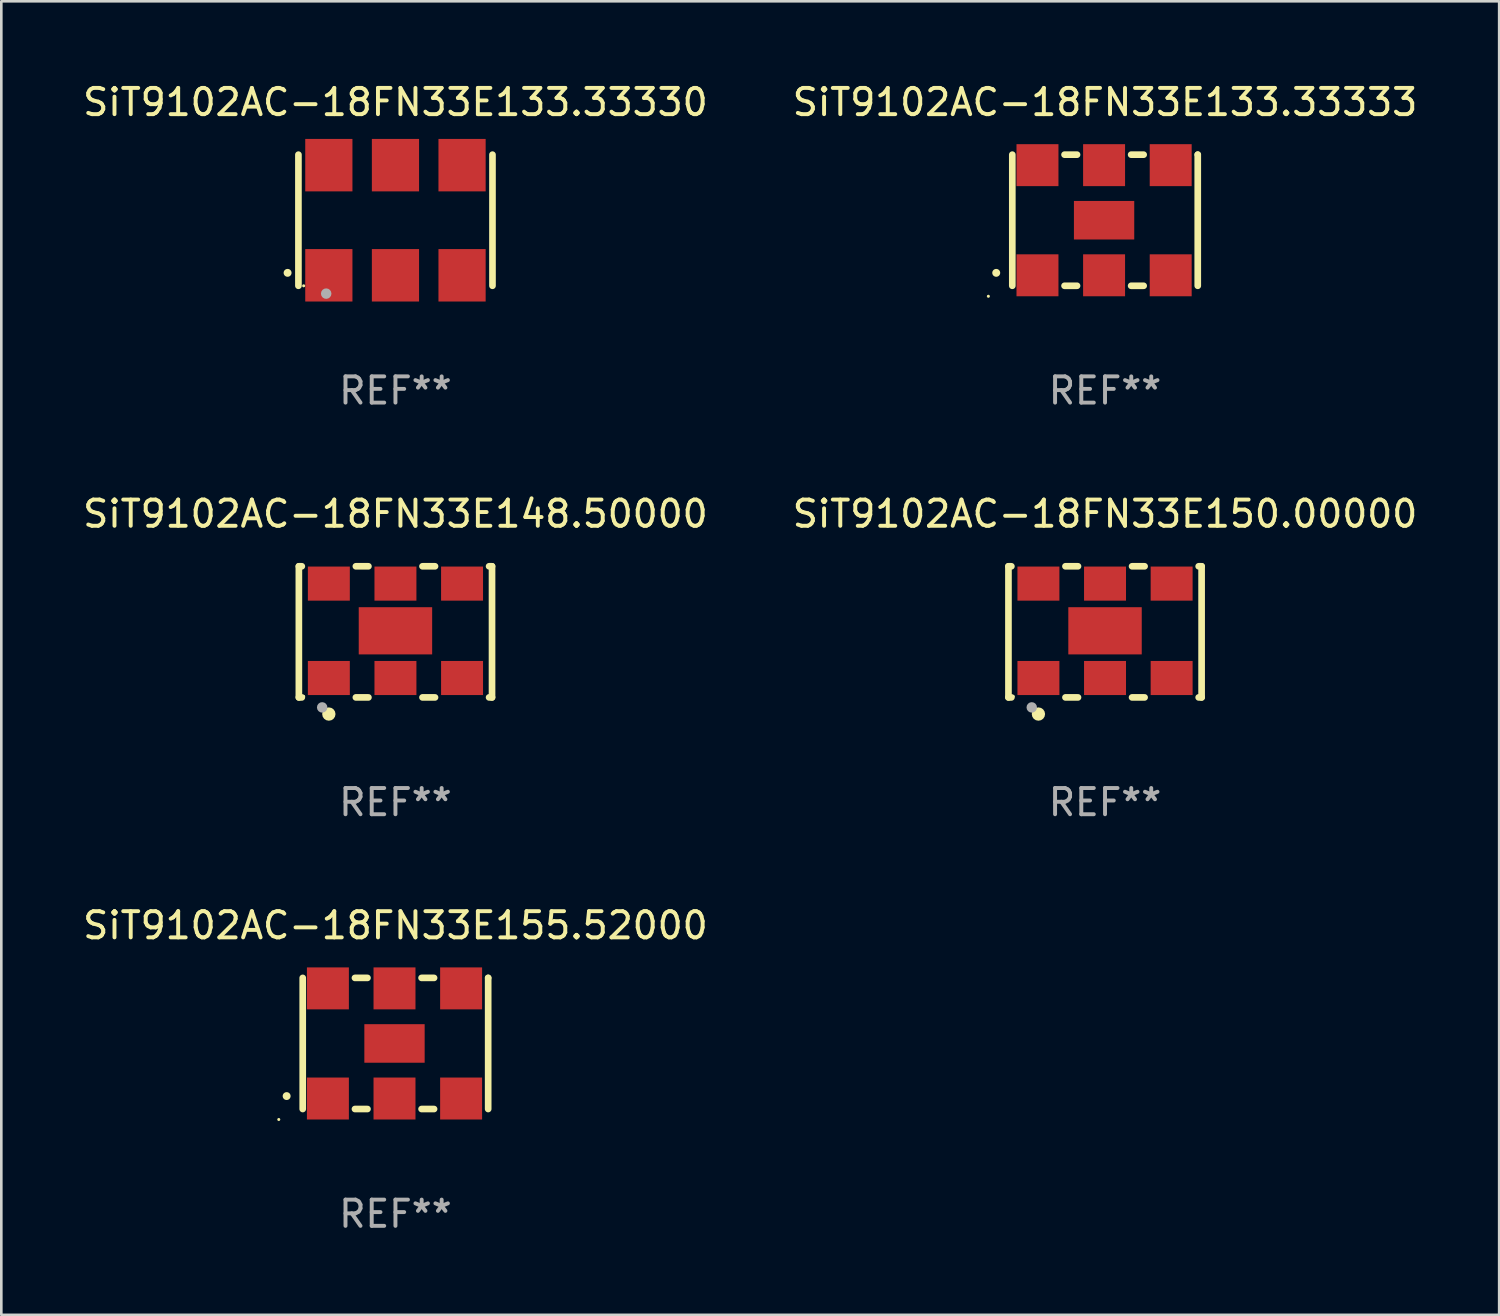
<source format=kicad_pcb>
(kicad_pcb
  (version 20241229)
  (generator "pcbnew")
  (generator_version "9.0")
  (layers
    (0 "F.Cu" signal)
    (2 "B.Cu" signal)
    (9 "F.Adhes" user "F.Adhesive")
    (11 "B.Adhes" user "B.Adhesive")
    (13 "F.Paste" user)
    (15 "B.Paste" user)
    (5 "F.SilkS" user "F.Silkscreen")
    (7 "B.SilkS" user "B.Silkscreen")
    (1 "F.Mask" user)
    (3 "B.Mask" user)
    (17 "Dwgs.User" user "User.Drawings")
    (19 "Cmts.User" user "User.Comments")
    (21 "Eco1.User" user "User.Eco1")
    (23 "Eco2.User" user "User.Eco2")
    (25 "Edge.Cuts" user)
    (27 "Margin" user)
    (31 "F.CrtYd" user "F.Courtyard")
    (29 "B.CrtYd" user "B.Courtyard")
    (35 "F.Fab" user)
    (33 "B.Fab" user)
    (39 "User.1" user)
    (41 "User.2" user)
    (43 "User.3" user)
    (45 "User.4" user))
  (footprint "SiT9102AC-18FN33E148.50000"
    (layer "F.Cu")
    (at 12.03 21.045)
    (property "Reference" "SiT9102AC-18FN33E148.50000" (at 0 -4.5 0) (layer "F.SilkS") (effects (font (size 1 1) (thickness 0.15))))
    (attr through_hole)
    (fp_line (start -3.683 -2.5) (end -3.571 -2.5) (stroke (width 0.254) (type solid)) (layer "F.SilkS"))
    (fp_line (start -3.683 2.5) (end -3.683 -2.5) (stroke (width 0.254) (type solid)) (layer "F.SilkS"))
    (fp_line (start -3.683 2.5) (end -3.571 2.5) (stroke (width 0.254) (type solid)) (layer "F.SilkS"))
    (fp_line (start -1.509 -2.5) (end -1.031 -2.5) (stroke (width 0.254) (type solid)) (layer "F.SilkS"))
    (fp_line (start -1.509 2.5) (end -1.031 2.5) (stroke (width 0.254) (type solid)) (layer "F.SilkS"))
    (fp_line (start 1.031 -2.5) (end 1.509 -2.5) (stroke (width 0.254) (type solid)) (layer "F.SilkS"))
    (fp_line (start 1.031 2.5) (end 1.509 2.5) (stroke (width 0.254) (type solid)) (layer "F.SilkS"))
    (fp_line (start 3.571 -2.5) (end 3.683 -2.5) (stroke (width 0.254) (type solid)) (layer "F.SilkS"))
    (fp_line (start 3.571 2.5) (end 3.683 2.5) (stroke (width 0.254) (type solid)) (layer "F.SilkS"))
    (fp_line (start 3.683 2.5) (end 3.683 -2.5) (stroke (width 0.254) (type solid)) (layer "F.SilkS"))
    (fp_circle (center -3.5 2.46) (end -3.47 2.46) (stroke (width 0.06) (type solid)) (fill no) (layer "F.SilkS"))
    (fp_circle (center -2.54 3.135) (end -2.413 3.135) (stroke (width 0.254) (type solid)) (fill no) (layer "F.SilkS"))
    (fp_circle (center -2.794 2.881) (end -2.694 2.881) (stroke (width 0.2) (type solid)) (fill no) (layer "F.Fab"))
    (fp_text user "REF**" (at 0 6.5 0) (layer "F.Fab") (effects (font (size 1 1) (thickness 0.15))))
    (pad "1" smd rect (at -2.54 1.76) (size 1.6 1.3) (layers "F.Cu" "F.Mask" "F.Paste"))
    (pad "2" smd rect (at 0 1.76) (size 1.6 1.3) (layers "F.Cu" "F.Mask" "F.Paste"))
    (pad "3" smd rect (at 2.54 1.76) (size 1.6 1.3) (layers "F.Cu" "F.Mask" "F.Paste"))
    (pad "4" smd rect (at 2.54 -1.84) (size 1.6 1.3) (layers "F.Cu" "F.Mask" "F.Paste"))
    (pad "5" smd rect (at 0 -1.84) (size 1.6 1.3) (layers "F.Cu" "F.Mask" "F.Paste"))
    (pad "6" smd rect (at -2.54 -1.84) (size 1.6 1.3) (layers "F.Cu" "F.Mask" "F.Paste"))
    (pad "7" smd rect (at 0 -0.04) (size 2.8 1.8) (layers "F.Cu" "F.Mask" "F.Paste")))
  (footprint "SiT9102AC-18FN33E133.33333"
    (layer "F.Cu")
    (at 39.089 5.348)
    (property "Reference" "SiT9102AC-18FN33E133.33333" (at 0 -4.5 0) (layer "F.SilkS") (effects (font (size 1 1) (thickness 0.15))))
    (attr through_hole)
    (fp_line (start -3.536 -2.5) (end -3.536 2.5) (stroke (width 0.254) (type solid)) (layer "F.SilkS"))
    (fp_line (start -1.544 2.5) (end -1.067 2.5) (stroke (width 0.254) (type solid)) (layer "F.SilkS"))
    (fp_line (start -1.067 -2.5) (end -1.544 -2.5) (stroke (width 0.254) (type solid)) (layer "F.SilkS"))
    (fp_line (start 0.996 2.5) (end 1.473 2.5) (stroke (width 0.254) (type solid)) (layer "F.SilkS"))
    (fp_line (start 1.473 -2.5) (end 0.996 -2.5) (stroke (width 0.254) (type solid)) (layer "F.SilkS"))
    (fp_line (start 3.536 -2.5) (end 3.536 -2.5) (stroke (width 0.254) (type solid)) (layer "F.SilkS"))
    (fp_line (start 3.536 2.5) (end 3.536 -2.5) (stroke (width 0.254) (type solid)) (layer "F.SilkS"))
    (fp_arc (start -4.150432 2.006604) (mid -4.149162 2.006599) (end -4.147892 2.006604) (stroke (width 0.3) (type solid)) (layer "F.SilkS"))
    (fp_circle (center -4.449 2.9) (end -4.419 2.9) (stroke (width 0.06) (type solid)) (fill no) (layer "F.SilkS"))
    (fp_text user "REF**" (at 0 6.5 0) (layer "F.Fab") (effects (font (size 1 1) (thickness 0.15))))
    (pad "1" smd rect (at -2.576 2.1) (size 1.6 1.6) (layers "F.Cu" "F.Mask" "F.Paste"))
    (pad "2" smd rect (at -0.036 2.1) (size 1.6 1.6) (layers "F.Cu" "F.Mask" "F.Paste"))
    (pad "3" smd rect (at 2.504 2.1) (size 1.6 1.6) (layers "F.Cu" "F.Mask" "F.Paste"))
    (pad "4" smd rect (at 2.504 -2.1) (size 1.6 1.6) (layers "F.Cu" "F.Mask" "F.Paste"))
    (pad "5" smd rect (at -0.036 -2.1) (size 1.6 1.6) (layers "F.Cu" "F.Mask" "F.Paste"))
    (pad "6" smd rect (at -2.576 -2.1) (size 1.6 1.6) (layers "F.Cu" "F.Mask" "F.Paste"))
    (pad "7" smd rect (at -0.036 0) (size 2.3 1.47) (layers "F.Cu" "F.Mask" "F.Paste")))
  (footprint "SiT9102AC-18FN33E150.00000"
    (layer "F.Cu")
    (at 39.089 21.045)
    (property "Reference" "SiT9102AC-18FN33E150.00000" (at 0 -4.5 0) (layer "F.SilkS") (effects (font (size 1 1) (thickness 0.15))))
    (attr through_hole)
    (fp_line (start -3.683 -2.5) (end -3.571 -2.5) (stroke (width 0.254) (type solid)) (layer "F.SilkS"))
    (fp_line (start -3.683 2.5) (end -3.683 -2.5) (stroke (width 0.254) (type solid)) (layer "F.SilkS"))
    (fp_line (start -3.683 2.5) (end -3.571 2.5) (stroke (width 0.254) (type solid)) (layer "F.SilkS"))
    (fp_line (start -1.509 -2.5) (end -1.031 -2.5) (stroke (width 0.254) (type solid)) (layer "F.SilkS"))
    (fp_line (start -1.509 2.5) (end -1.031 2.5) (stroke (width 0.254) (type solid)) (layer "F.SilkS"))
    (fp_line (start 1.031 -2.5) (end 1.509 -2.5) (stroke (width 0.254) (type solid)) (layer "F.SilkS"))
    (fp_line (start 1.031 2.5) (end 1.509 2.5) (stroke (width 0.254) (type solid)) (layer "F.SilkS"))
    (fp_line (start 3.571 -2.5) (end 3.683 -2.5) (stroke (width 0.254) (type solid)) (layer "F.SilkS"))
    (fp_line (start 3.571 2.5) (end 3.683 2.5) (stroke (width 0.254) (type solid)) (layer "F.SilkS"))
    (fp_line (start 3.683 2.5) (end 3.683 -2.5) (stroke (width 0.254) (type solid)) (layer "F.SilkS"))
    (fp_circle (center -3.5 2.46) (end -3.47 2.46) (stroke (width 0.06) (type solid)) (fill no) (layer "F.SilkS"))
    (fp_circle (center -2.54 3.135) (end -2.413 3.135) (stroke (width 0.254) (type solid)) (fill no) (layer "F.SilkS"))
    (fp_circle (center -2.794 2.881) (end -2.694 2.881) (stroke (width 0.2) (type solid)) (fill no) (layer "F.Fab"))
    (fp_text user "REF**" (at 0 6.5 0) (layer "F.Fab") (effects (font (size 1 1) (thickness 0.15))))
    (pad "1" smd rect (at -2.54 1.76) (size 1.6 1.3) (layers "F.Cu" "F.Mask" "F.Paste"))
    (pad "2" smd rect (at 0 1.76) (size 1.6 1.3) (layers "F.Cu" "F.Mask" "F.Paste"))
    (pad "3" smd rect (at 2.54 1.76) (size 1.6 1.3) (layers "F.Cu" "F.Mask" "F.Paste"))
    (pad "4" smd rect (at 2.54 -1.84) (size 1.6 1.3) (layers "F.Cu" "F.Mask" "F.Paste"))
    (pad "5" smd rect (at 0 -1.84) (size 1.6 1.3) (layers "F.Cu" "F.Mask" "F.Paste"))
    (pad "6" smd rect (at -2.54 -1.84) (size 1.6 1.3) (layers "F.Cu" "F.Mask" "F.Paste"))
    (pad "7" smd rect (at 0 -0.04) (size 2.8 1.8) (layers "F.Cu" "F.Mask" "F.Paste")))
  (footprint "SiT9102AC-18FN33E155.52000"
    (layer "F.Cu")
    (at 12.03 36.741)
    (property "Reference" "SiT9102AC-18FN33E155.52000" (at 0 -4.5 0) (layer "F.SilkS") (effects (font (size 1 1) (thickness 0.15))))
    (attr through_hole)
    (fp_line (start -3.536 -2.5) (end -3.536 2.5) (stroke (width 0.254) (type solid)) (layer "F.SilkS"))
    (fp_line (start -1.544 2.5) (end -1.067 2.5) (stroke (width 0.254) (type solid)) (layer "F.SilkS"))
    (fp_line (start -1.067 -2.5) (end -1.544 -2.5) (stroke (width 0.254) (type solid)) (layer "F.SilkS"))
    (fp_line (start 0.996 2.5) (end 1.473 2.5) (stroke (width 0.254) (type solid)) (layer "F.SilkS"))
    (fp_line (start 1.473 -2.5) (end 0.996 -2.5) (stroke (width 0.254) (type solid)) (layer "F.SilkS"))
    (fp_line (start 3.536 -2.5) (end 3.536 -2.5) (stroke (width 0.254) (type solid)) (layer "F.SilkS"))
    (fp_line (start 3.536 2.5) (end 3.536 -2.5) (stroke (width 0.254) (type solid)) (layer "F.SilkS"))
    (fp_arc (start -4.150432 2.006604) (mid -4.149162 2.006599) (end -4.147892 2.006604) (stroke (width 0.3) (type solid)) (layer "F.SilkS"))
    (fp_circle (center -4.449 2.9) (end -4.419 2.9) (stroke (width 0.06) (type solid)) (fill no) (layer "F.SilkS"))
    (fp_text user "REF**" (at 0 6.5 0) (layer "F.Fab") (effects (font (size 1 1) (thickness 0.15))))
    (pad "1" smd rect (at -2.576 2.1) (size 1.6 1.6) (layers "F.Cu" "F.Mask" "F.Paste"))
    (pad "2" smd rect (at -0.036 2.1) (size 1.6 1.6) (layers "F.Cu" "F.Mask" "F.Paste"))
    (pad "3" smd rect (at 2.504 2.1) (size 1.6 1.6) (layers "F.Cu" "F.Mask" "F.Paste"))
    (pad "4" smd rect (at 2.504 -2.1) (size 1.6 1.6) (layers "F.Cu" "F.Mask" "F.Paste"))
    (pad "5" smd rect (at -0.036 -2.1) (size 1.6 1.6) (layers "F.Cu" "F.Mask" "F.Paste"))
    (pad "6" smd rect (at -2.576 -2.1) (size 1.6 1.6) (layers "F.Cu" "F.Mask" "F.Paste"))
    (pad "7" smd rect (at -0.036 0) (size 2.3 1.47) (layers "F.Cu" "F.Mask" "F.Paste")))
  (footprint "SiT9102AC-18FN33E133.33330"
    (layer "F.Cu")
    (at 12.03 5.348)
    (property "Reference" "SiT9102AC-18FN33E133.33330" (at 0 -4.5 0) (layer "F.SilkS") (effects (font (size 1 1) (thickness 0.15))))
    (attr through_hole)
    (fp_line (start -3.7 -2.5) (end -3.7 2.5) (stroke (width 0.254) (type solid)) (layer "F.SilkS"))
    (fp_line (start 3.7 -2.5) (end 3.7 2.5) (stroke (width 0.254) (type solid)) (layer "F.SilkS"))
    (fp_arc (start -4.114415 2.006604) (mid -4.113145 2.006599) (end -4.111875 2.006604) (stroke (width 0.3) (type solid)) (layer "F.SilkS"))
    (fp_circle (center -3.5 2.501) (end -3.47 2.501) (stroke (width 0.06) (type solid)) (fill no) (layer "F.SilkS"))
    (fp_circle (center -2.641 2.799) (end -2.541 2.799) (stroke (width 0.2) (type solid)) (fill no) (layer "F.Fab"))
    (fp_text user "REF**" (at 0 6.5 0) (layer "F.Fab") (effects (font (size 1 1) (thickness 0.15))))
    (pad "1" smd rect (at -2.54 2.1) (size 1.8 2) (layers "F.Cu" "F.Mask" "F.Paste"))
    (pad "2" smd rect (at 0.000394 2.1) (size 1.8 2) (layers "F.Cu" "F.Mask" "F.Paste"))
    (pad "3" smd rect (at 2.54 2.1) (size 1.8 2) (layers "F.Cu" "F.Mask" "F.Paste"))
    (pad "4" smd rect (at 2.54 -2.1) (size 1.8 2) (layers "F.Cu" "F.Mask" "F.Paste"))
    (pad "5" smd rect (at 0.000394 -2.1) (size 1.8 2) (layers "F.Cu" "F.Mask" "F.Paste"))
    (pad "6" smd rect (at -2.54 -2.1) (size 1.8 2) (layers "F.Cu" "F.Mask" "F.Paste")))
  (gr_rect
    (start -3 -3)
    (end 54.119 47.09)
    (stroke (width 0.1) (type default))
    (fill no)
    (layer "Edge.Cuts")))
</source>
